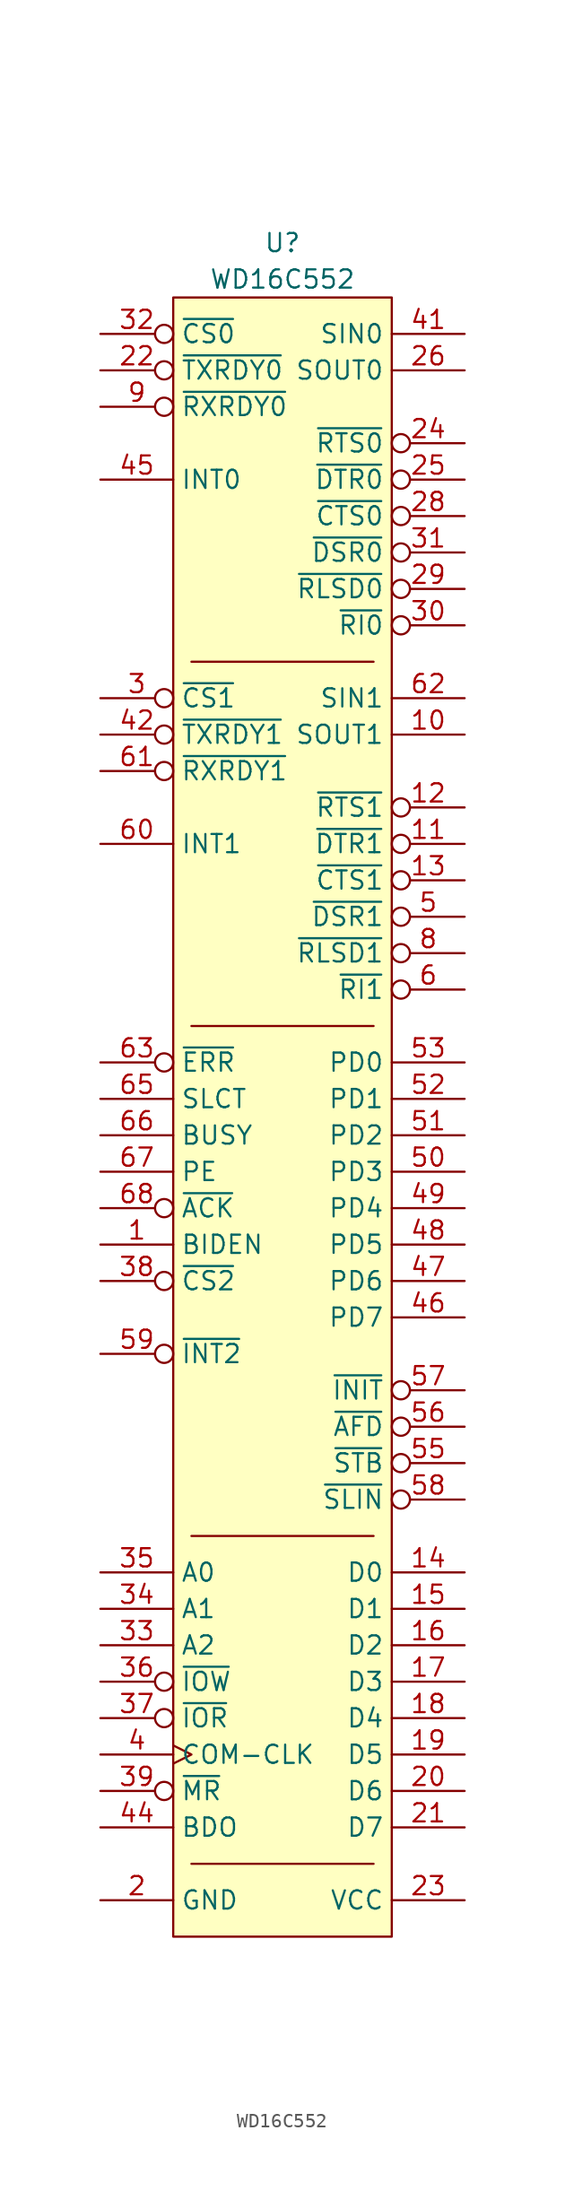
<source format=kicad_sym>
(kicad_symbol_lib
  (version 20220914)
  (generator kicad_symbol_editor)
  (symbol "WD16C552"
    (property "Reference" "U"
      (at 0 3.81 0)
      (effects (font (size 1.27 1.27))))
    (property "Value" "WD16C552"
      (at 0 1.27 0)
      (effects (font (size 1.27 1.27))))
    (symbol "WD16C552_0_1"
      (rectangle (start -7.62 0) (end 7.62 -114.3) (stroke (width 0) (type default)) (fill (type background)))
      (polyline (pts (xy -6.35 -109.22) (xy 6.35 -109.22)) (stroke (width 0) (type default)) (fill (type none)))
      (polyline (pts (xy -6.35 -86.36) (xy 6.35 -86.36)) (stroke (width 0) (type default)) (fill (type none)))
      (polyline (pts (xy -6.35 -50.8) (xy 6.35 -50.8)) (stroke (width 0) (type default)) (fill (type none)))
      (polyline (pts (xy -6.35 -25.4) (xy 6.35 -25.4)) (stroke (width 0) (type default)) (fill (type none))))
    (symbol "WD16C552_1_0"
      (pin input line (at -12.7 -66.04 0) (length 5.08) (name "BIDEN" (effects (font (size 1.27 1.27)))) (number "1" (effects (font (size 1.27 1.27)))))
      (pin input inverted (at -12.7 -68.58 0) (length 5.08) (name "~{CS2}" (effects (font (size 1.27 1.27)))) (number "38" (effects (font (size 1.27 1.27)))))
      (pin bidirectional line (at 12.7 -71.12 180) (length 5.08) (name "PD7" (effects (font (size 1.27 1.27)))) (number "46" (effects (font (size 1.27 1.27)))))
      (pin bidirectional line (at 12.7 -68.58 180) (length 5.08) (name "PD6" (effects (font (size 1.27 1.27)))) (number "47" (effects (font (size 1.27 1.27)))))
      (pin bidirectional line (at 12.7 -66.04 180) (length 5.08) (name "PD5" (effects (font (size 1.27 1.27)))) (number "48" (effects (font (size 1.27 1.27)))))
      (pin bidirectional line (at 12.7 -63.5 180) (length 5.08) (name "PD4" (effects (font (size 1.27 1.27)))) (number "49" (effects (font (size 1.27 1.27)))))
      (pin bidirectional line (at 12.7 -60.96 180) (length 5.08) (name "PD3" (effects (font (size 1.27 1.27)))) (number "50" (effects (font (size 1.27 1.27)))))
      (pin bidirectional line (at 12.7 -58.42 180) (length 5.08) (name "PD2" (effects (font (size 1.27 1.27)))) (number "51" (effects (font (size 1.27 1.27)))))
      (pin bidirectional line (at 12.7 -55.88 180) (length 5.08) (name "PD1" (effects (font (size 1.27 1.27)))) (number "52" (effects (font (size 1.27 1.27)))))
      (pin bidirectional line (at 12.7 -53.34 180) (length 5.08) (name "PD0" (effects (font (size 1.27 1.27)))) (number "53" (effects (font (size 1.27 1.27)))))
      (pin output inverted (at 12.7 -81.28 180) (length 5.08) (name "~{STB}" (effects (font (size 1.27 1.27)))) (number "55" (effects (font (size 1.27 1.27)))))
      (pin output inverted (at 12.7 -78.74 180) (length 5.08) (name "~{AFD}" (effects (font (size 1.27 1.27)))) (number "56" (effects (font (size 1.27 1.27)))))
      (pin output inverted (at 12.7 -76.2 180) (length 5.08) (name "~{INIT}" (effects (font (size 1.27 1.27)))) (number "57" (effects (font (size 1.27 1.27)))))
      (pin output inverted (at 12.7 -83.82 180) (length 5.08) (name "~{SLIN}" (effects (font (size 1.27 1.27)))) (number "58" (effects (font (size 1.27 1.27)))))
      (pin output inverted (at -12.7 -73.66 0) (length 5.08) (name "~{INT2}" (effects (font (size 1.27 1.27)))) (number "59" (effects (font (size 1.27 1.27)))))
      (pin input inverted (at -12.7 -53.34 0) (length 5.08) (name "~{ERR}" (effects (font (size 1.27 1.27)))) (number "63" (effects (font (size 1.27 1.27)))))
      (pin input line (at -12.7 -55.88 0) (length 5.08) (name "SLCT" (effects (font (size 1.27 1.27)))) (number "65" (effects (font (size 1.27 1.27)))))
      (pin input line (at -12.7 -58.42 0) (length 5.08) (name "BUSY" (effects (font (size 1.27 1.27)))) (number "66" (effects (font (size 1.27 1.27)))))
      (pin input line (at -12.7 -60.96 0) (length 5.08) (name "PE" (effects (font (size 1.27 1.27)))) (number "67" (effects (font (size 1.27 1.27)))))
      (pin input inverted (at -12.7 -63.5 0) (length 5.08) (name "~{ACK}" (effects (font (size 1.27 1.27)))) (number "68" (effects (font (size 1.27 1.27))))))
    (symbol "WD16C552_1_1"
      (pin output line (at 12.7 -30.48 180) (length 5.08) (name "SOUT1" (effects (font (size 1.27 1.27)))) (number "10" (effects (font (size 1.27 1.27)))))
      (pin output inverted (at 12.7 -38.1 180) (length 5.08) (name "~{DTR1}" (effects (font (size 1.27 1.27)))) (number "11" (effects (font (size 1.27 1.27)))))
      (pin output inverted (at 12.7 -35.56 180) (length 5.08) (name "~{RTS1}" (effects (font (size 1.27 1.27)))) (number "12" (effects (font (size 1.27 1.27)))))
      (pin input inverted (at 12.7 -40.64 180) (length 5.08) (name "~{CTS1}" (effects (font (size 1.27 1.27)))) (number "13" (effects (font (size 1.27 1.27)))))
      (pin bidirectional line (at 12.7 -88.9 180) (length 5.08) (name "D0" (effects (font (size 1.27 1.27)))) (number "14" (effects (font (size 1.27 1.27)))))
      (pin bidirectional line (at 12.7 -91.44 180) (length 5.08) (name "D1" (effects (font (size 1.27 1.27)))) (number "15" (effects (font (size 1.27 1.27)))))
      (pin bidirectional line (at 12.7 -93.98 180) (length 5.08) (name "D2" (effects (font (size 1.27 1.27)))) (number "16" (effects (font (size 1.27 1.27)))))
      (pin bidirectional line (at 12.7 -96.52 180) (length 5.08) (name "D3" (effects (font (size 1.27 1.27)))) (number "17" (effects (font (size 1.27 1.27)))))
      (pin bidirectional line (at 12.7 -99.06 180) (length 5.08) (name "D4" (effects (font (size 1.27 1.27)))) (number "18" (effects (font (size 1.27 1.27)))))
      (pin bidirectional line (at 12.7 -101.6 180) (length 5.08) (name "D5" (effects (font (size 1.27 1.27)))) (number "19" (effects (font (size 1.27 1.27)))))
      (pin power_in line (at -12.7 -111.76 0) (length 5.08) (name "GND" (effects (font (size 1.27 1.27)))) (number "2" (effects (font (size 1.27 1.27)))))
      (pin bidirectional line (at 12.7 -104.14 180) (length 5.08) (name "D6" (effects (font (size 1.27 1.27)))) (number "20" (effects (font (size 1.27 1.27)))))
      (pin bidirectional line (at 12.7 -106.68 180) (length 5.08) (name "D7" (effects (font (size 1.27 1.27)))) (number "21" (effects (font (size 1.27 1.27)))))
      (pin output inverted (at -12.7 -5.08 0) (length 5.08) (name "~{TXRDY0}" (effects (font (size 1.27 1.27)))) (number "22" (effects (font (size 1.27 1.27)))))
      (pin power_in line (at 12.7 -111.76 180) (length 5.08) (name "VCC" (effects (font (size 1.27 1.27)))) (number "23" (effects (font (size 1.27 1.27)))))
      (pin output inverted (at 12.7 -10.16 180) (length 5.08) (name "~{RTS0}" (effects (font (size 1.27 1.27)))) (number "24" (effects (font (size 1.27 1.27)))))
      (pin output inverted (at 12.7 -12.7 180) (length 5.08) (name "~{DTR0}" (effects (font (size 1.27 1.27)))) (number "25" (effects (font (size 1.27 1.27)))))
      (pin output line (at 12.7 -5.08 180) (length 5.08) (name "SOUT0" (effects (font (size 1.27 1.27)))) (number "26" (effects (font (size 1.27 1.27)))))
      (pin power_in line (at 12.7 -111.76 180) (length 5.08) hide (name "VCC" (effects (font (size 1.27 1.27)))) (number "27" (effects (font (size 1.27 1.27)))))
      (pin input inverted (at 12.7 -15.24 180) (length 5.08) (name "~{CTS0}" (effects (font (size 1.27 1.27)))) (number "28" (effects (font (size 1.27 1.27)))))
      (pin input inverted (at 12.7 -20.32 180) (length 5.08) (name "~{RLSD0}" (effects (font (size 1.27 1.27)))) (number "29" (effects (font (size 1.27 1.27)))))
      (pin input inverted (at -12.7 -27.94 0) (length 5.08) (name "~{CS1}" (effects (font (size 1.27 1.27)))) (number "3" (effects (font (size 1.27 1.27)))))
      (pin input inverted (at 12.7 -22.86 180) (length 5.08) (name "~{RI0}" (effects (font (size 1.27 1.27)))) (number "30" (effects (font (size 1.27 1.27)))))
      (pin input inverted (at 12.7 -17.78 180) (length 5.08) (name "~{DSR0}" (effects (font (size 1.27 1.27)))) (number "31" (effects (font (size 1.27 1.27)))))
      (pin input inverted (at -12.7 -2.54 0) (length 5.08) (name "~{CS0}" (effects (font (size 1.27 1.27)))) (number "32" (effects (font (size 1.27 1.27)))))
      (pin input line (at -12.7 -93.98 0) (length 5.08) (name "A2" (effects (font (size 1.27 1.27)))) (number "33" (effects (font (size 1.27 1.27)))))
      (pin input line (at -12.7 -91.44 0) (length 5.08) (name "A1" (effects (font (size 1.27 1.27)))) (number "34" (effects (font (size 1.27 1.27)))))
      (pin input line (at -12.7 -88.9 0) (length 5.08) (name "A0" (effects (font (size 1.27 1.27)))) (number "35" (effects (font (size 1.27 1.27)))))
      (pin input inverted (at -12.7 -96.52 0) (length 5.08) (name "~{IOW}" (effects (font (size 1.27 1.27)))) (number "36" (effects (font (size 1.27 1.27)))))
      (pin input inverted (at -12.7 -99.06 0) (length 5.08) (name "~{IOR}" (effects (font (size 1.27 1.27)))) (number "37" (effects (font (size 1.27 1.27)))))
      (pin input inverted (at -12.7 -104.14 0) (length 5.08) (name "~{MR}" (effects (font (size 1.27 1.27)))) (number "39" (effects (font (size 1.27 1.27)))))
      (pin input clock (at -12.7 -101.6 0) (length 5.08) (name "COM-CLK" (effects (font (size 1.27 1.27)))) (number "4" (effects (font (size 1.27 1.27)))))
      (pin power_in line (at 12.7 -111.76 180) (length 5.08) hide (name "VCC" (effects (font (size 1.27 1.27)))) (number "40" (effects (font (size 1.27 1.27)))))
      (pin input line (at 12.7 -2.54 180) (length 5.08) (name "SIN0" (effects (font (size 1.27 1.27)))) (number "41" (effects (font (size 1.27 1.27)))))
      (pin output inverted (at -12.7 -30.48 0) (length 5.08) (name "~{TXRDY1}" (effects (font (size 1.27 1.27)))) (number "42" (effects (font (size 1.27 1.27)))))
      (pin power_in line (at -12.7 -111.76 0) (length 5.08) hide (name "GND" (effects (font (size 1.27 1.27)))) (number "43" (effects (font (size 1.27 1.27)))))
      (pin output line (at -12.7 -106.68 0) (length 5.08) (name "BDO" (effects (font (size 1.27 1.27)))) (number "44" (effects (font (size 1.27 1.27)))))
      (pin output line (at -12.7 -12.7 0) (length 5.08) (name "INT0" (effects (font (size 1.27 1.27)))) (number "45" (effects (font (size 1.27 1.27)))))
      (pin input inverted (at 12.7 -43.18 180) (length 5.08) (name "~{DSR1}" (effects (font (size 1.27 1.27)))) (number "5" (effects (font (size 1.27 1.27)))))
      (pin power_in line (at -12.7 -111.76 0) (length 5.08) hide (name "GND" (effects (font (size 1.27 1.27)))) (number "54" (effects (font (size 1.27 1.27)))))
      (pin input inverted (at 12.7 -48.26 180) (length 5.08) (name "~{RI1}" (effects (font (size 1.27 1.27)))) (number "6" (effects (font (size 1.27 1.27)))))
      (pin output line (at -12.7 -38.1 0) (length 5.08) (name "INT1" (effects (font (size 1.27 1.27)))) (number "60" (effects (font (size 1.27 1.27)))))
      (pin output inverted (at -12.7 -33.02 0) (length 5.08) (name "~{RXRDY1}" (effects (font (size 1.27 1.27)))) (number "61" (effects (font (size 1.27 1.27)))))
      (pin input line (at 12.7 -27.94 180) (length 5.08) (name "SIN1" (effects (font (size 1.27 1.27)))) (number "62" (effects (font (size 1.27 1.27)))))
      (pin power_in line (at 12.7 -111.76 180) (length 5.08) hide (name "VCC" (effects (font (size 1.27 1.27)))) (number "64" (effects (font (size 1.27 1.27)))))
      (pin power_in line (at -12.7 -111.76 0) (length 5.08) hide (name "GND" (effects (font (size 1.27 1.27)))) (number "7" (effects (font (size 1.27 1.27)))))
      (pin input inverted (at 12.7 -45.72 180) (length 5.08) (name "~{RLSD1}" (effects (font (size 1.27 1.27)))) (number "8" (effects (font (size 1.27 1.27)))))
      (pin output inverted (at -12.7 -7.62 0) (length 5.08) (name "~{RXRDY0}" (effects (font (size 1.27 1.27)))) (number "9" (effects (font (size 1.27 1.27))))))))
</source>
